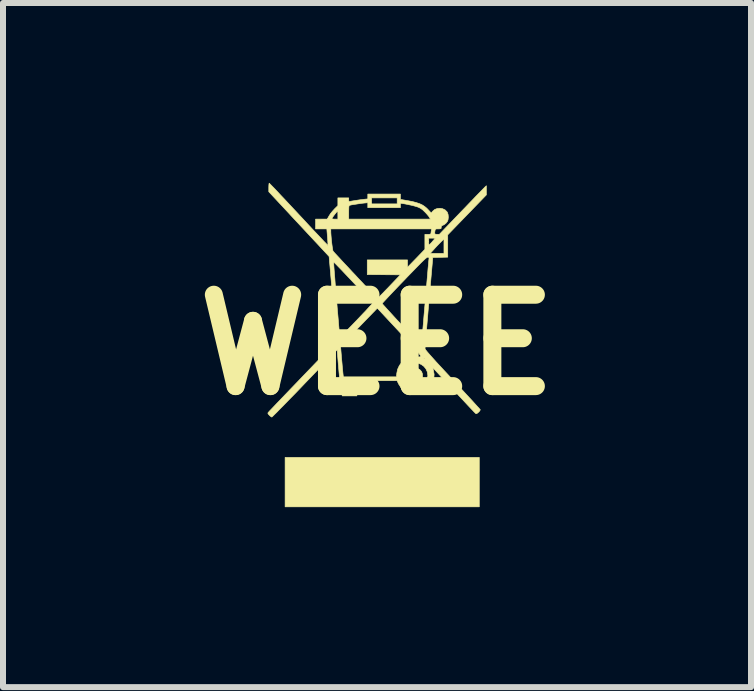
<source format=kicad_pcb>
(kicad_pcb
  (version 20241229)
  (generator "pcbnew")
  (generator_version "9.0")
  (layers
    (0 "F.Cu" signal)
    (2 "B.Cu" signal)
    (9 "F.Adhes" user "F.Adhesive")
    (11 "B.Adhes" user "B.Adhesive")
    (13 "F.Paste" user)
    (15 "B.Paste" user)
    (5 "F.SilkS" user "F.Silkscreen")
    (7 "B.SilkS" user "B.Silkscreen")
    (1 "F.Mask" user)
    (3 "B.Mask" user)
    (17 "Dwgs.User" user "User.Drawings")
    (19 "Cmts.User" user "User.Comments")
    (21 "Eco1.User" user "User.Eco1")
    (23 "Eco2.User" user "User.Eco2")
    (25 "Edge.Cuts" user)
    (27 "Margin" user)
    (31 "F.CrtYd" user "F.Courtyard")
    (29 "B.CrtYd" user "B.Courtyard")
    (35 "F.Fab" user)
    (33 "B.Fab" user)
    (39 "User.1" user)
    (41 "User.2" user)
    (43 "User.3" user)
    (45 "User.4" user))
  (footprint "WEEE"
    (layer "F.Cu")
    (at 3.237 2.699)
    (property "Reference" "WEEE" (at 0 0 0) (layer "F.SilkS") (effects (font (size 1.524 1.524) (thickness 0.3))))
    (attr through_hole)
    (fp_poly (pts (xy 1.705 2.703) (xy -1.533 2.703) (xy -1.533 1.878) (xy 1.705 1.878) (xy 1.705 2.703)) (stroke (width 0.01) (type solid)) (fill yes) (layer "F.SilkS"))
    (fp_poly (pts (xy 0.674 0.395) (xy 0.712 0.413) (xy 0.742 0.446) (xy 0.743 0.448) (xy 0.759 0.49) (xy 0.759 0.533) (xy 0.744 0.573) (xy 0.714 0.606) (xy 0.699 0.615) (xy 0.656 0.632) (xy 0.615 0.632) (xy 0.583 0.62) (xy 0.549 0.594) (xy 0.527 0.558) (xy 0.518 0.516) (xy 0.523 0.473) (xy 0.531 0.454) (xy 0.557 0.419) (xy 0.593 0.398) (xy 0.633 0.39) (xy 0.674 0.395)) (stroke (width 0.01) (type solid)) (fill yes) (layer "F.SilkS"))
    (fp_poly (pts (xy -1.791 -2.688) (xy -1.772 -2.669) (xy -1.743 -2.639) (xy -1.704 -2.599) (xy -1.657 -2.549) (xy -1.603 -2.491) (xy -1.541 -2.426) (xy -1.474 -2.354) (xy -1.403 -2.278) (xy -1.327 -2.197) (xy -1.306 -2.174) (xy -1.229 -2.092) (xy -1.157 -2.014) (xy -1.089 -1.941) (xy -1.026 -1.874) (xy -0.97 -1.815) (xy -0.921 -1.763) (xy -0.881 -1.72) (xy -0.849 -1.688) (xy -0.828 -1.666) (xy -0.819 -1.656) (xy -0.818 -1.656) (xy -0.818 -1.665) (xy -0.819 -1.69) (xy -0.821 -1.726) (xy -0.824 -1.77) (xy -0.826 -1.795) (xy -0.837 -1.932) (xy -0.771 -1.932) (xy -0.771 -1.898) (xy -0.77 -1.864) (xy -0.767 -1.821) (xy -0.763 -1.772) (xy -0.758 -1.721) (xy -0.752 -1.672) (xy -0.746 -1.628) (xy -0.74 -1.592) (xy -0.736 -1.569) (xy -0.733 -1.562) (xy -0.722 -1.549) (xy -0.701 -1.525) (xy -0.67 -1.492) (xy -0.631 -1.45) (xy -0.586 -1.401) (xy -0.536 -1.347) (xy -0.481 -1.289) (xy -0.424 -1.227) (xy -0.365 -1.165) (xy -0.307 -1.102) (xy -0.249 -1.041) (xy -0.195 -0.983) (xy -0.144 -0.929) (xy -0.098 -0.881) (xy -0.059 -0.84) (xy -0.028 -0.807) (xy -0.006 -0.785) (xy 0.006 -0.773) (xy 0.008 -0.772) (xy 0.015 -0.779) (xy 0.034 -0.797) (xy 0.061 -0.825) (xy 0.097 -0.861) (xy 0.138 -0.904) (xy 0.185 -0.952) (xy 0.201 -0.969) (xy 0.389 -1.166) (xy -0.163 -1.17) (xy -0.163 -1.415) (xy 0.508 -1.415) (xy 0.508 -1.354) (xy 0.509 -1.293) (xy 0.654 -1.442) (xy 0.733 -1.524) (xy 0.887 -1.524) (xy 1.116 -1.524) (xy 1.116 -1.764) (xy 1.065 -1.714) (xy 1.036 -1.685) (xy 1 -1.648) (xy 0.965 -1.61) (xy 0.951 -1.594) (xy 0.887 -1.524) (xy 0.733 -1.524) (xy 0.798 -1.592) (xy 0.798 -1.717) (xy 0.798 -1.778) (xy 0.862 -1.778) (xy 0.862 -1.719) (xy 0.863 -1.689) (xy 0.866 -1.67) (xy 0.87 -1.664) (xy 0.87 -1.664) (xy 0.879 -1.673) (xy 0.897 -1.692) (xy 0.92 -1.717) (xy 0.925 -1.724) (xy 0.972 -1.778) (xy 0.862 -1.778) (xy 0.798 -1.778) (xy 0.798 -1.841) (xy 0.848 -1.841) (xy 0.881 -1.843) (xy 0.897 -1.849) (xy 0.898 -1.853) (xy 0.9 -1.869) (xy 0.903 -1.893) (xy 0.904 -1.898) (xy 0.91 -1.932) (xy -0.771 -1.932) (xy -0.837 -1.932) (xy -1.025 -1.932) (xy -1.025 -2.095) (xy -0.83 -2.096) (xy -0.826 -2.103) (xy -0.753 -2.103) (xy -0.745 -2.099) (xy -0.724 -2.096) (xy -0.703 -2.095) (xy -0.653 -2.095) (xy -0.653 -2.166) (xy -0.654 -2.208) (xy -0.472 -2.208) (xy -0.472 -2.095) (xy 0.89 -2.095) (xy 0.874 -2.124) (xy 0.86 -2.144) (xy 0.837 -2.172) (xy 0.81 -2.202) (xy 0.798 -2.214) (xy 0.762 -2.249) (xy 0.731 -2.272) (xy 0.698 -2.289) (xy 0.685 -2.295) (xy 0.641 -2.309) (xy 0.585 -2.324) (xy 0.524 -2.337) (xy 0.464 -2.349) (xy 0.433 -2.354) (xy 0.39 -2.36) (xy 0.39 -2.286) (xy -0.154 -2.286) (xy -0.154 -2.369) (xy -0.215 -2.363) (xy -0.252 -2.359) (xy -0.295 -2.353) (xy -0.341 -2.346) (xy -0.386 -2.339) (xy -0.424 -2.333) (xy -0.45 -2.327) (xy -0.456 -2.326) (xy -0.463 -2.322) (xy -0.467 -2.313) (xy -0.47 -2.296) (xy -0.471 -2.268) (xy -0.472 -2.226) (xy -0.472 -2.208) (xy -0.654 -2.208) (xy -0.654 -2.236) (xy -0.677 -2.209) (xy -0.703 -2.177) (xy -0.726 -2.147) (xy -0.743 -2.122) (xy -0.752 -2.106) (xy -0.753 -2.103) (xy -0.826 -2.103) (xy -0.798 -2.152) (xy -0.776 -2.186) (xy -0.746 -2.224) (xy -0.714 -2.259) (xy -0.71 -2.264) (xy -0.653 -2.32) (xy -0.653 -2.449) (xy -0.472 -2.449) (xy -0.472 -2.417) (xy -0.47 -2.395) (xy -0.463 -2.388) (xy -0.459 -2.389) (xy -0.445 -2.392) (xy -0.417 -2.397) (xy -0.378 -2.403) (xy -0.334 -2.41) (xy -0.288 -2.417) (xy -0.244 -2.422) (xy -0.206 -2.427) (xy -0.206 -2.427) (xy -0.154 -2.432) (xy -0.154 -2.449) (xy -0.091 -2.449) (xy -0.091 -2.349) (xy 0.336 -2.349) (xy 0.336 -2.449) (xy -0.091 -2.449) (xy -0.154 -2.449) (xy -0.154 -2.513) (xy 0.39 -2.513) (xy 0.39 -2.423) (xy 0.424 -2.418) (xy 0.517 -2.402) (xy 0.594 -2.387) (xy 0.658 -2.37) (xy 0.711 -2.352) (xy 0.756 -2.331) (xy 0.794 -2.306) (xy 0.829 -2.277) (xy 0.854 -2.251) (xy 0.904 -2.197) (xy 0.928 -2.227) (xy 0.962 -2.256) (xy 1.004 -2.272) (xy 1.05 -2.276) (xy 1.095 -2.268) (xy 1.136 -2.248) (xy 1.167 -2.217) (xy 1.175 -2.203) (xy 1.186 -2.168) (xy 1.189 -2.125) (xy 1.184 -2.084) (xy 1.176 -2.061) (xy 1.152 -2.029) (xy 1.12 -2.003) (xy 1.092 -1.99) (xy 1.075 -1.981) (xy 1.07 -1.961) (xy 1.07 -1.958) (xy 1.069 -1.943) (xy 1.064 -1.936) (xy 1.048 -1.933) (xy 1.022 -1.932) (xy 0.993 -1.932) (xy 0.978 -1.928) (xy 0.971 -1.919) (xy 0.967 -1.904) (xy 0.962 -1.871) (xy 0.963 -1.853) (xy 0.973 -1.844) (xy 0.993 -1.842) (xy 1 -1.841) (xy 1.039 -1.841) (xy 1.403 -2.22) (xy 1.471 -2.29) (xy 1.535 -2.357) (xy 1.595 -2.419) (xy 1.649 -2.476) (xy 1.697 -2.525) (xy 1.737 -2.566) (xy 1.767 -2.597) (xy 1.788 -2.618) (xy 1.795 -2.626) (xy 1.823 -2.652) (xy 1.823 -2.576) (xy 1.823 -2.499) (xy 1.501 -2.166) (xy 1.179 -1.833) (xy 1.179 -1.461) (xy 1.055 -1.458) (xy 0.93 -1.456) (xy 0.864 -0.708) (xy 0.854 -0.592) (xy 0.845 -0.482) (xy 0.836 -0.378) (xy 0.828 -0.281) (xy 0.82 -0.194) (xy 0.814 -0.116) (xy 0.809 -0.051) (xy 0.805 0.001) (xy 0.802 0.039) (xy 0.801 0.061) (xy 0.801 0.065) (xy 0.804 0.074) (xy 0.814 0.088) (xy 0.831 0.11) (xy 0.856 0.139) (xy 0.889 0.177) (xy 0.931 0.224) (xy 0.982 0.281) (xy 1.044 0.348) (xy 1.117 0.427) (xy 1.201 0.517) (xy 1.261 0.582) (xy 1.335 0.661) (xy 1.406 0.737) (xy 1.472 0.809) (xy 1.532 0.874) (xy 1.586 0.932) (xy 1.632 0.983) (xy 1.669 1.024) (xy 1.698 1.055) (xy 1.715 1.075) (xy 1.722 1.083) (xy 1.717 1.095) (xy 1.703 1.114) (xy 1.692 1.125) (xy 1.669 1.144) (xy 1.654 1.15) (xy 1.646 1.147) (xy 1.638 1.139) (xy 1.618 1.119) (xy 1.589 1.088) (xy 1.55 1.047) (xy 1.504 0.998) (xy 1.452 0.942) (xy 1.394 0.88) (xy 1.331 0.813) (xy 1.292 0.771) (xy 1.228 0.702) (xy 1.167 0.637) (xy 1.111 0.577) (xy 1.061 0.523) (xy 1.018 0.476) (xy 0.983 0.439) (xy 0.957 0.411) (xy 0.942 0.395) (xy 0.938 0.391) (xy 0.932 0.386) (xy 0.932 0.394) (xy 0.937 0.415) (xy 0.939 0.422) (xy 0.952 0.492) (xy 0.947 0.563) (xy 0.927 0.631) (xy 0.893 0.693) (xy 0.846 0.745) (xy 0.788 0.787) (xy 0.783 0.789) (xy 0.716 0.814) (xy 0.646 0.823) (xy 0.577 0.817) (xy 0.511 0.796) (xy 0.451 0.762) (xy 0.4 0.715) (xy 0.361 0.656) (xy 0.356 0.646) (xy 0.334 0.599) (xy -0.336 0.599) (xy -0.336 0.853) (xy -0.581 0.853) (xy -0.581 0.726) (xy -0.581 0.675) (xy -0.581 0.641) (xy -0.583 0.618) (xy -0.586 0.606) (xy -0.591 0.6) (xy -0.597 0.599) (xy -0.599 0.599) (xy -0.616 0.594) (xy -0.621 0.587) (xy -0.622 0.576) (xy -0.625 0.548) (xy -0.629 0.508) (xy -0.634 0.457) (xy -0.639 0.397) (xy -0.644 0.332) (xy -0.645 0.33) (xy -0.665 0.084) (xy -1.205 0.645) (xy -1.286 0.73) (xy -1.364 0.811) (xy -1.438 0.886) (xy -1.506 0.956) (xy -1.568 1.02) (xy -1.623 1.075) (xy -1.669 1.123) (xy -1.707 1.16) (xy -1.734 1.187) (xy -1.751 1.203) (xy -1.755 1.206) (xy -1.767 1.2) (xy -1.786 1.185) (xy -1.796 1.175) (xy -1.814 1.155) (xy -1.82 1.143) (xy -1.817 1.132) (xy -1.813 1.128) (xy -1.805 1.119) (xy -1.786 1.098) (xy -1.755 1.066) (xy -1.715 1.024) (xy -1.666 0.972) (xy -1.608 0.912) (xy -1.544 0.845) (xy -1.474 0.772) (xy -1.398 0.693) (xy -1.318 0.61) (xy -1.239 0.527) (xy -0.756 0.025) (xy -0.608 0.025) (xy -0.59 0.242) (xy -0.584 0.305) (xy -0.579 0.364) (xy -0.574 0.416) (xy -0.57 0.458) (xy -0.567 0.487) (xy -0.566 0.497) (xy -0.561 0.535) (xy 0.324 0.535) (xy 0.326 0.516) (xy 0.426 0.516) (xy 0.434 0.562) (xy 0.456 0.609) (xy 0.487 0.652) (xy 0.525 0.686) (xy 0.564 0.706) (xy 0.615 0.718) (xy 0.659 0.72) (xy 0.701 0.711) (xy 0.721 0.703) (xy 0.77 0.674) (xy 0.809 0.632) (xy 0.835 0.58) (xy 0.846 0.522) (xy 0.847 0.509) (xy 0.838 0.452) (xy 0.815 0.402) (xy 0.781 0.36) (xy 0.737 0.328) (xy 0.687 0.308) (xy 0.634 0.3) (xy 0.579 0.308) (xy 0.545 0.322) (xy 0.5 0.355) (xy 0.463 0.4) (xy 0.438 0.452) (xy 0.427 0.507) (xy 0.426 0.516) (xy 0.326 0.516) (xy 0.329 0.477) (xy 0.343 0.409) (xy 0.373 0.345) (xy 0.417 0.289) (xy 0.473 0.244) (xy 0.495 0.231) (xy 0.78 0.231) (xy 0.785 0.236) (xy 0.789 0.231) (xy 0.785 0.227) (xy 0.78 0.231) (xy 0.495 0.231) (xy 0.503 0.226) (xy 0.528 0.216) (xy 0.552 0.209) (xy 0.582 0.205) (xy 0.622 0.204) (xy 0.637 0.204) (xy 0.678 0.204) (xy 0.704 0.203) (xy 0.718 0.2) (xy 0.724 0.195) (xy 0.726 0.186) (xy 0.726 0.184) (xy 0.721 0.174) (xy 0.707 0.155) (xy 0.684 0.126) (xy 0.65 0.087) (xy 0.606 0.038) (xy 0.55 -0.024) (xy 0.483 -0.096) (xy 0.404 -0.182) (xy 0.365 -0.224) (xy 0.005 -0.61) (xy -0.122 -0.479) (xy -0.165 -0.435) (xy -0.216 -0.382) (xy -0.274 -0.322) (xy -0.333 -0.261) (xy -0.391 -0.201) (xy -0.429 -0.161) (xy -0.608 0.025) (xy -0.756 0.025) (xy -0.677 -0.057) (xy -0.738 -0.764) (xy -0.791 -1.379) (xy -0.724 -1.379) (xy -0.724 -1.369) (xy -0.722 -1.342) (xy -0.719 -1.301) (xy -0.715 -1.248) (xy -0.71 -1.183) (xy -0.704 -1.11) (xy -0.698 -1.029) (xy -0.691 -0.942) (xy -0.683 -0.852) (xy -0.676 -0.761) (xy -0.668 -0.669) (xy -0.661 -0.579) (xy -0.653 -0.492) (xy -0.646 -0.411) (xy -0.64 -0.337) (xy -0.634 -0.272) (xy -0.629 -0.218) (xy -0.625 -0.176) (xy -0.622 -0.149) (xy -0.621 -0.138) (xy -0.615 -0.128) (xy -0.613 -0.127) (xy -0.607 -0.133) (xy -0.588 -0.151) (xy -0.56 -0.18) (xy -0.524 -0.217) (xy -0.48 -0.263) (xy -0.43 -0.314) (xy -0.375 -0.371) (xy -0.343 -0.404) (xy -0.287 -0.463) (xy -0.234 -0.519) (xy -0.187 -0.568) (xy -0.147 -0.612) (xy -0.115 -0.647) (xy -0.091 -0.672) (xy -0.079 -0.687) (xy -0.078 -0.688) (xy 0.086 -0.688) (xy 0.092 -0.68) (xy 0.109 -0.66) (xy 0.137 -0.629) (xy 0.173 -0.589) (xy 0.217 -0.541) (xy 0.268 -0.485) (xy 0.324 -0.424) (xy 0.385 -0.359) (xy 0.413 -0.329) (xy 0.486 -0.251) (xy 0.547 -0.185) (xy 0.598 -0.131) (xy 0.64 -0.087) (xy 0.673 -0.053) (xy 0.699 -0.028) (xy 0.717 -0.011) (xy 0.73 -0.001) (xy 0.737 0.003) (xy 0.741 0.002) (xy 0.742 -0.000316) (xy 0.743 -0.013) (xy 0.745 -0.042) (xy 0.749 -0.086) (xy 0.754 -0.144) (xy 0.76 -0.214) (xy 0.767 -0.296) (xy 0.775 -0.386) (xy 0.783 -0.485) (xy 0.792 -0.59) (xy 0.802 -0.7) (xy 0.803 -0.712) (xy 0.812 -0.823) (xy 0.821 -0.929) (xy 0.83 -1.029) (xy 0.838 -1.121) (xy 0.845 -1.204) (xy 0.851 -1.276) (xy 0.857 -1.337) (xy 0.861 -1.383) (xy 0.864 -1.415) (xy 0.866 -1.43) (xy 0.866 -1.431) (xy 0.867 -1.451) (xy 0.86 -1.459) (xy 0.845 -1.46) (xy 0.838 -1.459) (xy 0.828 -1.452) (xy 0.813 -1.441) (xy 0.793 -1.424) (xy 0.767 -1.399) (xy 0.734 -1.367) (xy 0.693 -1.325) (xy 0.643 -1.274) (xy 0.583 -1.212) (xy 0.512 -1.139) (xy 0.454 -1.078) (xy 0.387 -1.009) (xy 0.324 -0.943) (xy 0.266 -0.882) (xy 0.214 -0.827) (xy 0.17 -0.78) (xy 0.134 -0.741) (xy 0.107 -0.712) (xy 0.091 -0.694) (xy 0.086 -0.688) (xy -0.078 -0.688) (xy -0.077 -0.69) (xy -0.083 -0.698) (xy -0.1 -0.718) (xy -0.126 -0.748) (xy -0.161 -0.786) (xy -0.202 -0.832) (xy -0.249 -0.882) (xy -0.3 -0.937) (xy -0.353 -0.994) (xy -0.408 -1.053) (xy -0.462 -1.11) (xy -0.515 -1.166) (xy -0.565 -1.219) (xy -0.61 -1.266) (xy -0.65 -1.307) (xy -0.683 -1.341) (xy -0.707 -1.364) (xy -0.721 -1.377) (xy -0.724 -1.379) (xy -0.791 -1.379) (xy -0.799 -1.472) (xy -0.956 -1.641) (xy -0.993 -1.681) (xy -1.041 -1.732) (xy -1.098 -1.793) (xy -1.161 -1.861) (xy -1.229 -1.934) (xy -1.3 -2.01) (xy -1.372 -2.087) (xy -1.443 -2.163) (xy -1.459 -2.181) (xy -1.805 -2.552) (xy -1.805 -2.623) (xy -1.804 -2.657) (xy -1.802 -2.681) (xy -1.799 -2.694) (xy -1.798 -2.694) (xy -1.791 -2.688)) (stroke (width 0.01) (type solid)) (fill yes) (layer "F.SilkS")))
  (gr_rect
    (start -3 -3)
    (end 9.473 8.408)
    (stroke (width 0.1) (type default))
    (fill no)
    (layer "Edge.Cuts")))
</source>
